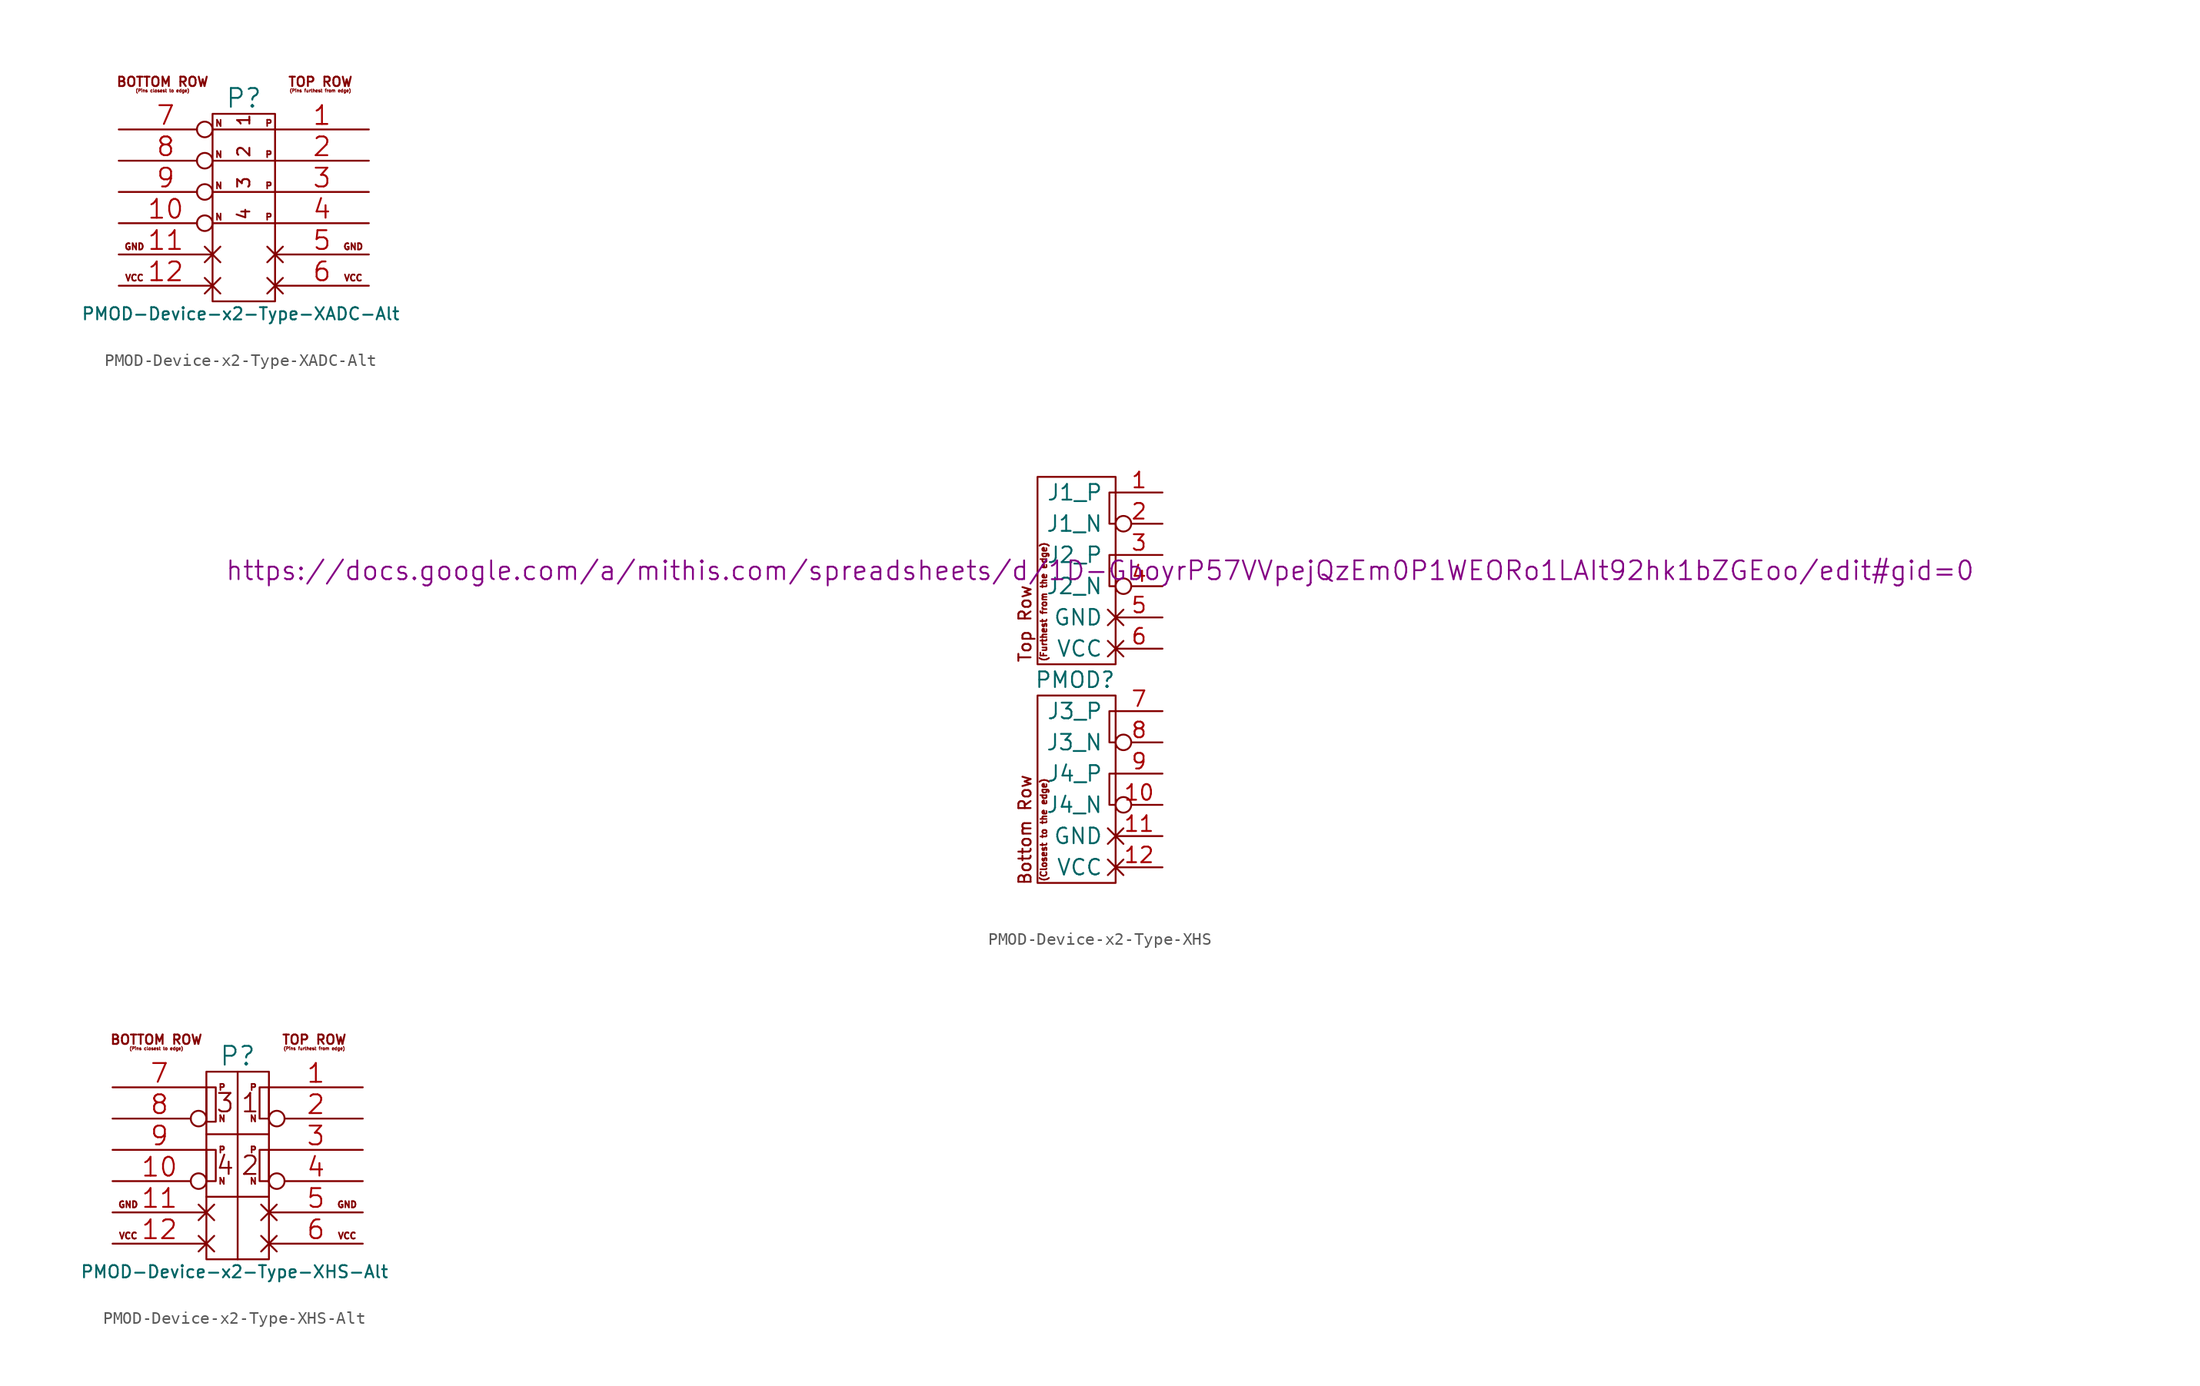
<source format=kicad_sym>
(kicad_symbol_lib
  (version 20231120)
  (generator "kicad_symbol_editor")
  (generator_version "8.0")
  (symbol "PMOD-Device-x2-Type-XADC-Alt"
    (pin_names
      (offset 1.016) hide)
    (property "Reference" "P"
      (at 2.54 16.51 0)
      (effects (font (size 1.524 1.524))))
    (property "Value" "PMOD-Device-x2-Type-XADC-Alt"
      (at 2.286 -1.016 0)
      (effects (font (size 0.991 0.991))))
    (property "Datasheet" ""
      (at 2.54 7.62 0)
      (effects (font (size 1.524 1.524))))
    (symbol "PMOD-Device-x2-Type-XADC-Alt_0_0"
      (polyline (pts (xy 0 13.97) (xy 5.08 13.97)) (stroke (width 0) (type solid)) (fill (type none)))
      (polyline (pts (xy 5.08 6.35) (xy 0 6.35)) (stroke (width 0) (type solid)) (fill (type none)))
      (polyline (pts (xy 5.08 8.89) (xy 0 8.89)) (stroke (width 0) (type solid)) (fill (type none)))
      (polyline (pts (xy 5.08 11.43) (xy 0 11.43)) (stroke (width 0) (type solid)) (fill (type none)))
      (text "(Pins closest to edge)" (at -4.064 17.272 0) (effects (font (size 0.254 0.254)) (justify top)))
      (text "(Pins furthest from edge)" (at 8.763 17.272 0) (effects (font (size 0.254 0.254)) (justify top)))
      (text "1" (at 2.54 14.732 900) (effects (font (size 0.991 0.991))))
      (text "3" (at 2.54 9.652 900) (effects (font (size 0.991 0.991))))
      (text "4" (at 2.54 7.112 900) (effects (font (size 0.991 0.991))))
      (text "BOTTOM ROW" (at -4.064 18.288 0) (effects (font (size 0.762 0.762)) (justify top)))
      (text "GND" (at -6.35 4.445 0) (effects (font (size 0.508 0.508))))
      (text "GND" (at 11.43 4.445 0) (effects (font (size 0.508 0.508))))
      (text "N" (at 0.508 6.858 0) (effects (font (size 0.508 0.508))))
      (text "N" (at 0.508 9.398 0) (effects (font (size 0.508 0.508))))
      (text "N" (at 0.508 11.938 0) (effects (font (size 0.508 0.508))))
      (text "N" (at 0.508 14.478 0) (effects (font (size 0.508 0.508))))
      (text "P" (at 4.572 6.858 0) (effects (font (size 0.508 0.508))))
      (text "P" (at 4.572 9.398 0) (effects (font (size 0.508 0.508))))
      (text "P" (at 4.572 11.938 0) (effects (font (size 0.508 0.508))))
      (text "P" (at 4.572 14.478 0) (effects (font (size 0.508 0.508))))
      (text "TOP ROW" (at 8.763 18.288 0) (effects (font (size 0.762 0.762)) (justify top)))
      (text "VCC" (at -6.35 1.905 0) (effects (font (size 0.508 0.508))))
      (text "VCC" (at 11.43 1.905 0) (effects (font (size 0.508 0.508)))))
    (symbol "PMOD-Device-x2-Type-XADC-Alt_0_1"
      (rectangle (start 5.08 15.24) (end 0 0) (stroke (width 0) (type solid)) (fill (type none))))
    (symbol "PMOD-Device-x2-Type-XADC-Alt_1_0"
      (text "2" (at 2.54 12.192 900) (effects (font (size 0.991 0.991)))))
    (symbol "PMOD-Device-x2-Type-XADC-Alt_1_1"
      (pin passive line (at 12.7 13.97 180) (length 7.62) (name "JA1_P" (effects (font (size 1.524 1.524)))) (number "1" (effects (font (size 1.524 1.524)))))
      (pin passive inverted (at -7.62 6.35 0) (length 7.62) (name "JA4_N" (effects (font (size 1.524 1.524)))) (number "10" (effects (font (size 1.524 1.524)))))
      (pin passive non_logic (at -7.62 3.81 0) (length 7.62) (name "P11" (effects (font (size 1.524 1.524)))) (number "11" (effects (font (size 1.524 1.524)))))
      (pin passive non_logic (at -7.62 1.27 0) (length 7.62) (name "P12" (effects (font (size 1.524 1.524)))) (number "12" (effects (font (size 1.524 1.524)))))
      (pin passive line (at 12.7 11.43 180) (length 7.62) (name "JA2_P" (effects (font (size 1.524 1.524)))) (number "2" (effects (font (size 1.524 1.524)))))
      (pin passive line (at 12.7 8.89 180) (length 7.62) (name "JA3_P" (effects (font (size 1.524 1.524)))) (number "3" (effects (font (size 1.524 1.524)))))
      (pin passive line (at 12.7 6.35 180) (length 7.62) (name "JA4_P" (effects (font (size 1.524 1.524)))) (number "4" (effects (font (size 1.524 1.524)))))
      (pin passive non_logic (at 12.7 3.81 180) (length 7.62) (name "P5" (effects (font (size 1.524 1.524)))) (number "5" (effects (font (size 1.524 1.524)))))
      (pin passive non_logic (at 12.7 1.27 180) (length 7.62) (name "P6" (effects (font (size 1.524 1.524)))) (number "6" (effects (font (size 1.524 1.524)))))
      (pin passive inverted (at -7.62 13.97 0) (length 7.62) (name "JA1_N" (effects (font (size 1.524 1.524)))) (number "7" (effects (font (size 1.524 1.524)))))
      (pin passive inverted (at -7.62 11.43 0) (length 7.62) (name "JA2_N" (effects (font (size 1.524 1.524)))) (number "8" (effects (font (size 1.524 1.524)))))
      (pin passive inverted (at -7.62 8.89 0) (length 7.62) (name "JA3_N" (effects (font (size 1.524 1.524)))) (number "9" (effects (font (size 1.524 1.524)))))))
  (symbol "PMOD-Device-x2-Type-XHS"
    (pin_names
      (offset 1.016))
    (property "Reference" "PMOD"
      (at -3.302 -1.27 0)
      (effects (font (size 1.27 1.27))))
    (property "Datasheet" "https://docs.google.com/a/mithis.com/spreadsheets/d/1D-GboyrP57VVpejQzEm0P1WEORo1LAIt92hk1bZGEoo/edit#gid=0"
      (at -1.27 7.62 0)
      (effects (font (size 1.524 1.524))))
    (symbol "PMOD-Device-x2-Type-XHS_0_0"
      (text "(Closest to the edge)" (at -5.842 -13.462 900) (effects (font (size 0.508 0.508))))
      (text "(Furthest from the edge)" (at -5.842 5.08 900) (effects (font (size 0.508 0.508))))
      (text "Bottom Row" (at -7.366 -13.462 900) (effects (font (size 0.991 0.991))))
      (text "Top Row" (at -7.366 3.302 900) (effects (font (size 0.991 0.991)))))
    (symbol "PMOD-Device-x2-Type-XHS_0_1"
      (rectangle (start -6.35 -2.54) (end 0 -17.78) (stroke (width 0) (type solid)) (fill (type none)))
      (polyline (pts (xy 0 -11.43) (xy -0.508 -11.43) (xy -0.508 -8.89) (xy 0 -8.89)) (stroke (width 0) (type solid)) (fill (type none)))
      (polyline (pts (xy 0 -6.35) (xy -0.508 -6.35) (xy -0.508 -3.81) (xy 0 -3.81)) (stroke (width 0) (type solid)) (fill (type none)))
      (polyline (pts (xy 0 6.35) (xy -0.508 6.35) (xy -0.508 8.89) (xy 0 8.89)) (stroke (width 0) (type solid)) (fill (type none)))
      (polyline (pts (xy 0 11.43) (xy -0.508 11.43) (xy -0.508 13.97) (xy 0 13.97)) (stroke (width 0) (type solid)) (fill (type none)))
      (rectangle (start 0 15.24) (end -6.35 0) (stroke (width 0) (type solid)) (fill (type none))))
    (symbol "PMOD-Device-x2-Type-XHS_1_1"
      (pin bidirectional line (at 3.81 13.97 180) (length 3.81) (name "J1_P" (effects (font (size 1.27 1.27)))) (number "1" (effects (font (size 1.27 1.27)))))
      (pin bidirectional inverted (at 3.81 -11.43 180) (length 3.81) (name "J4_N" (effects (font (size 1.27 1.27)))) (number "10" (effects (font (size 1.27 1.27)))))
      (pin power_out non_logic (at 3.81 -13.97 180) (length 3.81) (name "GND" (effects (font (size 1.27 1.27)))) (number "11" (effects (font (size 1.27 1.27)))))
      (pin power_out non_logic (at 3.81 -16.51 180) (length 3.81) (name "VCC" (effects (font (size 1.27 1.27)))) (number "12" (effects (font (size 1.27 1.27)))))
      (pin bidirectional inverted (at 3.81 11.43 180) (length 3.81) (name "J1_N" (effects (font (size 1.27 1.27)))) (number "2" (effects (font (size 1.27 1.27)))))
      (pin bidirectional line (at 3.81 8.89 180) (length 3.81) (name "J2_P" (effects (font (size 1.27 1.27)))) (number "3" (effects (font (size 1.27 1.27)))))
      (pin bidirectional inverted (at 3.81 6.35 180) (length 3.81) (name "J2_N" (effects (font (size 1.27 1.27)))) (number "4" (effects (font (size 1.27 1.27)))))
      (pin power_out non_logic (at 3.81 3.81 180) (length 3.81) (name "GND" (effects (font (size 1.27 1.27)))) (number "5" (effects (font (size 1.27 1.27)))))
      (pin power_out non_logic (at 3.81 1.27 180) (length 3.81) (name "VCC" (effects (font (size 1.27 1.27)))) (number "6" (effects (font (size 1.27 1.27)))))
      (pin bidirectional line (at 3.81 -3.81 180) (length 3.81) (name "J3_P" (effects (font (size 1.27 1.27)))) (number "7" (effects (font (size 1.27 1.27)))))
      (pin bidirectional inverted (at 3.81 -6.35 180) (length 3.81) (name "J3_N" (effects (font (size 1.27 1.27)))) (number "8" (effects (font (size 1.27 1.27)))))
      (pin bidirectional line (at 3.81 -8.89 180) (length 3.81) (name "J4_P" (effects (font (size 1.27 1.27)))) (number "9" (effects (font (size 1.27 1.27)))))))
  (symbol "PMOD-Device-x2-Type-XHS-Alt"
    (pin_names
      (offset 1.016) hide)
    (property "Reference" "P"
      (at 2.54 16.51 0)
      (effects (font (size 1.524 1.524))))
    (property "Value" "PMOD-Device-x2-Type-XHS-Alt"
      (at 2.286 -1.016 0)
      (effects (font (size 0.991 0.991))))
    (property "Datasheet" ""
      (at 2.54 7.62 0)
      (effects (font (size 1.524 1.524))))
    (symbol "PMOD-Device-x2-Type-XHS-Alt_0_0"
      (polyline (pts (xy 0 10.16) (xy 5.08 10.16)) (stroke (width 0) (type solid)) (fill (type none)))
      (polyline (pts (xy 2.54 15.24) (xy 2.54 0)) (stroke (width 0) (type solid)) (fill (type none)))
      (polyline (pts (xy 5.08 5.08) (xy 0 5.08)) (stroke (width 0) (type solid)) (fill (type none)))
      (rectangle (start 0 8.89) (end 0.762 6.35) (stroke (width 0) (type solid)) (fill (type none)))
      (rectangle (start 0 13.97) (end 0.762 11.176) (stroke (width 0) (type solid)) (fill (type none)))
      (rectangle (start 5.08 8.89) (end 4.318 6.35) (stroke (width 0) (type solid)) (fill (type none)))
      (rectangle (start 5.08 11.43) (end 4.318 13.97) (stroke (width 0) (type solid)) (fill (type none)))
      (text "(Pins closest to edge)" (at -4.064 17.272 0) (effects (font (size 0.254 0.254)) (justify top)))
      (text "(Pins furthest from edge)" (at 8.763 17.272 0) (effects (font (size 0.254 0.254)) (justify top)))
      (text "1" (at 3.556 12.7 0) (effects (font (size 1.499 1.499))))
      (text "2" (at 3.556 7.62 0) (effects (font (size 1.499 1.499))))
      (text "3" (at 1.524 12.7 0) (effects (font (size 1.499 1.499))))
      (text "4" (at 1.524 7.62 0) (effects (font (size 1.499 1.499))))
      (text "BOTTOM ROW" (at -4.064 18.288 0) (effects (font (size 0.762 0.762)) (justify top)))
      (text "GND" (at -6.35 4.445 0) (effects (font (size 0.508 0.508))))
      (text "GND" (at 11.43 4.445 0) (effects (font (size 0.508 0.508))))
      (text "N" (at 1.27 6.35 0) (effects (font (size 0.508 0.508))))
      (text "N" (at 1.27 11.43 0) (effects (font (size 0.508 0.508))))
      (text "N" (at 3.81 6.35 0) (effects (font (size 0.508 0.508))))
      (text "N" (at 3.81 11.43 0) (effects (font (size 0.508 0.508))))
      (text "P" (at 1.27 8.89 0) (effects (font (size 0.508 0.508))))
      (text "P" (at 1.27 13.97 0) (effects (font (size 0.508 0.508))))
      (text "P" (at 3.81 8.89 0) (effects (font (size 0.508 0.508))))
      (text "P" (at 3.81 13.97 0) (effects (font (size 0.508 0.508))))
      (text "TOP ROW" (at 8.763 18.288 0) (effects (font (size 0.762 0.762)) (justify top)))
      (text "VCC" (at -6.35 1.905 0) (effects (font (size 0.508 0.508))))
      (text "VCC" (at 11.43 1.905 0) (effects (font (size 0.508 0.508)))))
    (symbol "PMOD-Device-x2-Type-XHS-Alt_0_1"
      (rectangle (start 5.08 15.24) (end 0 0) (stroke (width 0) (type solid)) (fill (type none))))
    (symbol "PMOD-Device-x2-Type-XHS-Alt_1_1"
      (pin passive line (at 12.7 13.97 180) (length 7.62) (name "JA1_P" (effects (font (size 1.524 1.524)))) (number "1" (effects (font (size 1.524 1.524)))))
      (pin passive inverted (at -7.62 6.35 0) (length 7.62) (name "JA4_N" (effects (font (size 1.524 1.524)))) (number "10" (effects (font (size 1.524 1.524)))))
      (pin passive non_logic (at -7.62 3.81 0) (length 7.62) (name "P11" (effects (font (size 1.524 1.524)))) (number "11" (effects (font (size 1.524 1.524)))))
      (pin passive non_logic (at -7.62 1.27 0) (length 7.62) (name "P12" (effects (font (size 1.524 1.524)))) (number "12" (effects (font (size 1.524 1.524)))))
      (pin passive inverted (at 12.7 11.43 180) (length 7.62) (name "JA1_N" (effects (font (size 1.524 1.524)))) (number "2" (effects (font (size 1.524 1.524)))))
      (pin passive line (at 12.7 8.89 180) (length 7.62) (name "JA2_P" (effects (font (size 1.524 1.524)))) (number "3" (effects (font (size 1.524 1.524)))))
      (pin passive inverted (at 12.7 6.35 180) (length 7.62) (name "JA2_N" (effects (font (size 1.524 1.524)))) (number "4" (effects (font (size 1.524 1.524)))))
      (pin passive non_logic (at 12.7 3.81 180) (length 7.62) (name "P5" (effects (font (size 1.524 1.524)))) (number "5" (effects (font (size 1.524 1.524)))))
      (pin passive non_logic (at 12.7 1.27 180) (length 7.62) (name "P6" (effects (font (size 1.524 1.524)))) (number "6" (effects (font (size 1.524 1.524)))))
      (pin passive line (at -7.62 13.97 0) (length 7.62) (name "JA3_P" (effects (font (size 1.524 1.524)))) (number "7" (effects (font (size 1.524 1.524)))))
      (pin passive inverted (at -7.62 11.43 0) (length 7.62) (name "JA3_N" (effects (font (size 1.524 1.524)))) (number "8" (effects (font (size 1.524 1.524)))))
      (pin passive line (at -7.62 8.89 0) (length 7.62) (name "JA4_P" (effects (font (size 1.524 1.524)))) (number "9" (effects (font (size 1.524 1.524))))))))
</source>
